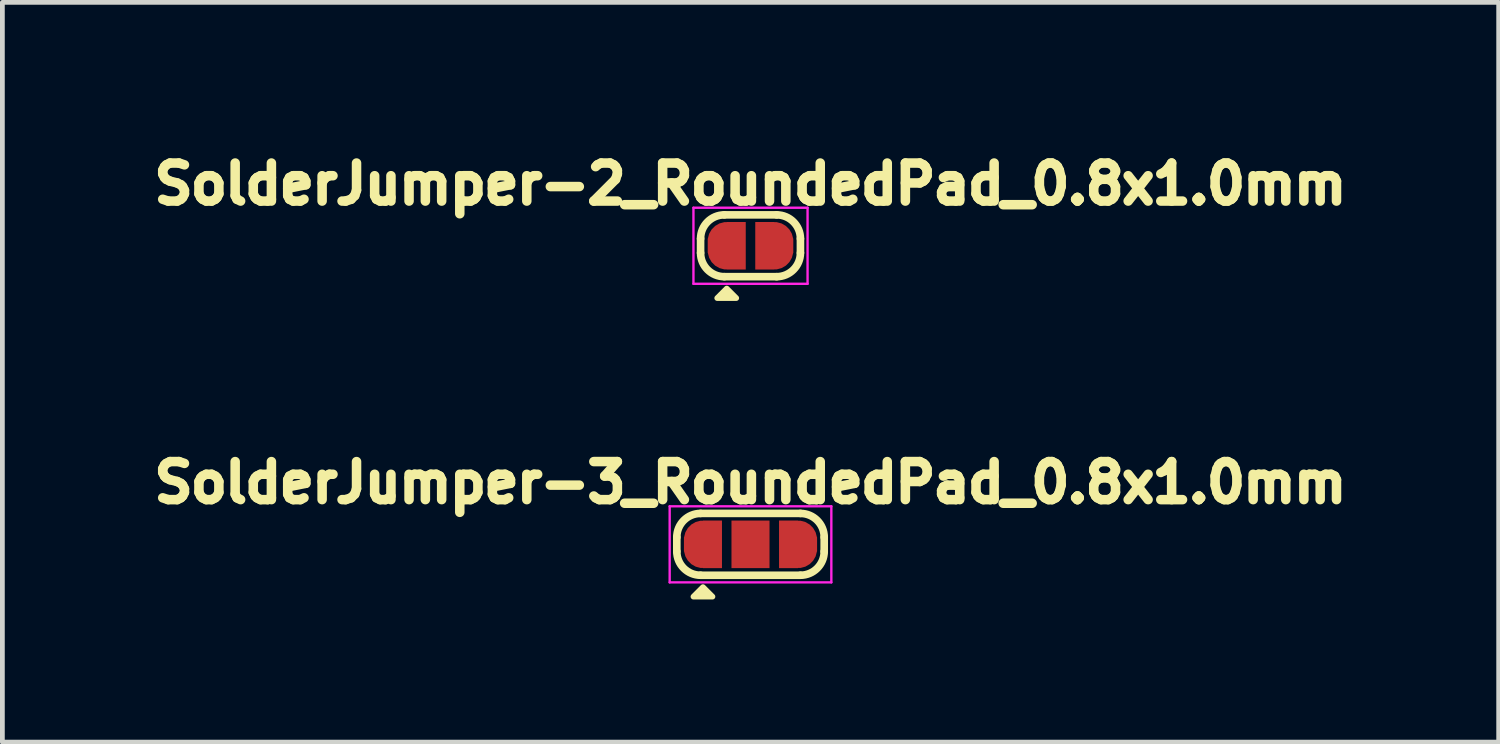
<source format=kicad_pcb>
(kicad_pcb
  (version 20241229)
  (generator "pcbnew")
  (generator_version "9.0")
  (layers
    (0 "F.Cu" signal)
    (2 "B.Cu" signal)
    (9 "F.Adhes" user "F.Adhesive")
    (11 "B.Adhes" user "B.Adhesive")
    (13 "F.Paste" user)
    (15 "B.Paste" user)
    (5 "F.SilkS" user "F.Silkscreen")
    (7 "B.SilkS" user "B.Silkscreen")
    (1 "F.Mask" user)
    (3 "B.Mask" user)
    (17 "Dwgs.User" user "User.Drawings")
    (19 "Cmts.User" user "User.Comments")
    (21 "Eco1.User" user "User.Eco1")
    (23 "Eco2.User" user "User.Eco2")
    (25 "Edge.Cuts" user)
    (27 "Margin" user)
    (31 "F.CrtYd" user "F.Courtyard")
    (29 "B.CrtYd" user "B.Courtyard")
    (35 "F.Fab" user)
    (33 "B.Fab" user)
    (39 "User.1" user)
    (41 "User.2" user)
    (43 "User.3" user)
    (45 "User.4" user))
  (footprint "SolderJumper-3_RoundedPad_0.8x1.0mm"
    (layer "F.Cu")
    (at 12.734 8.398)
    (property "Reference" "SolderJumper-3_RoundedPad_0.8x1.0mm" (at 0 -1.3 0) (layer "F.SilkS") (effects (font (size 0.8 0.8) (thickness 0.2))))
    (attr exclude_from_pos_files exclude_from_bom)
    (fp_line (start -1.55 0.15) (end -1.55 -0.15) (stroke (width 0.16) (type solid)) (layer "F.SilkS"))
    (fp_line (start -1.05 -0.65) (end 1.05 -0.65) (stroke (width 0.16) (type solid)) (layer "F.SilkS"))
    (fp_line (start 1.05 0.65) (end -1.05 0.65) (stroke (width 0.16) (type solid)) (layer "F.SilkS"))
    (fp_line (start 1.55 0.15) (end 1.55 -0.15) (stroke (width 0.16) (type solid)) (layer "F.SilkS"))
    (fp_arc (start -1.55 -0.15) (mid -1.403553 -0.503553) (end -1.05 -0.65) (stroke (width 0.16) (type solid)) (layer "F.SilkS"))
    (fp_arc (start -1.05 0.65) (mid -1.403553 0.503553) (end -1.55 0.15) (stroke (width 0.16) (type solid)) (layer "F.SilkS"))
    (fp_arc (start 1.05 -0.65) (mid 1.403553 -0.503553) (end 1.55 -0.15) (stroke (width 0.16) (type solid)) (layer "F.SilkS"))
    (fp_arc (start 1.55 0.15) (mid 1.403553 0.503553) (end 1.05 0.65) (stroke (width 0.16) (type solid)) (layer "F.SilkS"))
    (fp_poly (pts (xy -0.8 1.1) (xy -1.2 1.1) (xy -1 0.9)) (stroke (width 0.12) (type solid)) (fill yes) (layer "F.SilkS"))
    (fp_line (start -1.7 -0.8) (end -1.7 0.8) (stroke (width 0.05) (type solid)) (layer "F.CrtYd"))
    (fp_line (start -1.7 -0.8) (end 1.7 -0.8) (stroke (width 0.05) (type solid)) (layer "F.CrtYd"))
    (fp_line (start 1.7 0.8) (end -1.7 0.8) (stroke (width 0.05) (type solid)) (layer "F.CrtYd"))
    (fp_line (start 1.7 0.8) (end 1.7 -0.8) (stroke (width 0.05) (type solid)) (layer "F.CrtYd"))
    (pad "1" smd custom (at -1 0) (size 0.8 0.3) (layers "F.Cu" "F.Mask") (options (anchor rect)) (primitives (gr_circle (center 0 0.1) (end 0.4 0.1) (width 0) (fill yes)) (gr_circle (center 0 -0.1) (end 0.4 -0.1) (width 0) (fill yes)) (gr_poly (pts (xy 0.4 -0.5) (xy 0 -0.5) (xy 0 0.5) (xy 0.4 0.5)) (width 0) (fill yes))))
    (pad "2" smd rect (at 0 0) (size 0.8 1) (layers "F.Cu" "F.Mask"))
    (pad "3" smd custom (at 1 0 180) (size 0.8 0.3) (layers "F.Cu" "F.Mask") (options (anchor rect)) (primitives (gr_circle (center 0 0.1) (end 0.4 0.1) (width 0) (fill yes)) (gr_circle (center 0 -0.1) (end 0.4 -0.1) (width 0) (fill yes)) (gr_poly (pts (xy 0.4 -0.5) (xy 0 -0.5) (xy 0 0.5) (xy 0.4 0.5)) (width 0) (fill yes)))))
  (footprint "SolderJumper-2_RoundedPad_0.8x1.0mm"
    (layer "F.Cu")
    (at 12.734 2.119)
    (property "Reference" "SolderJumper-2_RoundedPad_0.8x1.0mm" (at 0 -1.3 0) (layer "F.SilkS") (effects (font (size 0.8 0.8) (thickness 0.2))))
    (attr exclude_from_pos_files exclude_from_bom)
    (fp_line (start -1.05 0.15) (end -1.05 -0.15) (stroke (width 0.16) (type solid)) (layer "F.SilkS"))
    (fp_line (start -0.55 -0.65) (end 0.55 -0.65) (stroke (width 0.16) (type solid)) (layer "F.SilkS"))
    (fp_line (start 0.55 0.65) (end -0.55 0.65) (stroke (width 0.16) (type solid)) (layer "F.SilkS"))
    (fp_line (start 1.05 0.15) (end 1.05 -0.15) (stroke (width 0.16) (type solid)) (layer "F.SilkS"))
    (fp_arc (start -1.05 -0.15) (mid -0.903553 -0.503553) (end -0.55 -0.65) (stroke (width 0.16) (type solid)) (layer "F.SilkS"))
    (fp_arc (start -0.55 0.65) (mid -0.903553 0.503553) (end -1.05 0.15) (stroke (width 0.16) (type solid)) (layer "F.SilkS"))
    (fp_arc (start 0.55 -0.65) (mid 0.903553 -0.503553) (end 1.05 -0.15) (stroke (width 0.16) (type solid)) (layer "F.SilkS"))
    (fp_arc (start 1.05 0.15) (mid 0.903553 0.503553) (end 0.55 0.65) (stroke (width 0.16) (type solid)) (layer "F.SilkS"))
    (fp_poly (pts (xy -0.3 1.1) (xy -0.7 1.1) (xy -0.5 0.9)) (stroke (width 0.12) (type solid)) (fill yes) (layer "F.SilkS"))
    (fp_line (start -1.2 -0.8) (end -1.2 0.8) (stroke (width 0.05) (type solid)) (layer "F.CrtYd"))
    (fp_line (start -1.2 -0.8) (end 1.2 -0.8) (stroke (width 0.05) (type solid)) (layer "F.CrtYd"))
    (fp_line (start 1.2 0.8) (end -1.2 0.8) (stroke (width 0.05) (type solid)) (layer "F.CrtYd"))
    (fp_line (start 1.2 0.8) (end 1.2 -0.8) (stroke (width 0.05) (type solid)) (layer "F.CrtYd"))
    (pad "1" smd custom (at -0.5 0) (size 0.8 0.3) (layers "F.Cu" "F.Mask") (options (anchor rect)) (primitives (gr_circle (center 0 0.1) (end 0.4 0.1) (width 0) (fill yes)) (gr_circle (center 0 -0.1) (end 0.4 -0.1) (width 0) (fill yes)) (gr_poly (pts (xy 0.4 -0.5) (xy 0 -0.5) (xy 0 0.5) (xy 0.4 0.5)) (width 0) (fill yes))))
    (pad "2" smd custom (at 0.5 0 180) (size 0.8 0.3) (layers "F.Cu" "F.Mask") (options (anchor rect)) (primitives (gr_circle (center 0 0.1) (end 0.4 0.1) (width 0) (fill yes)) (gr_circle (center 0 -0.1) (end 0.4 -0.1) (width 0) (fill yes)) (gr_poly (pts (xy 0.4 -0.5) (xy 0 -0.5) (xy 0 0.5) (xy 0.4 0.5)) (width 0) (fill yes)))))
  (gr_rect
    (start -3 -3)
    (end 28.469 12.558)
    (stroke (width 0.1) (type default))
    (fill no)
    (layer "Edge.Cuts")))
</source>
